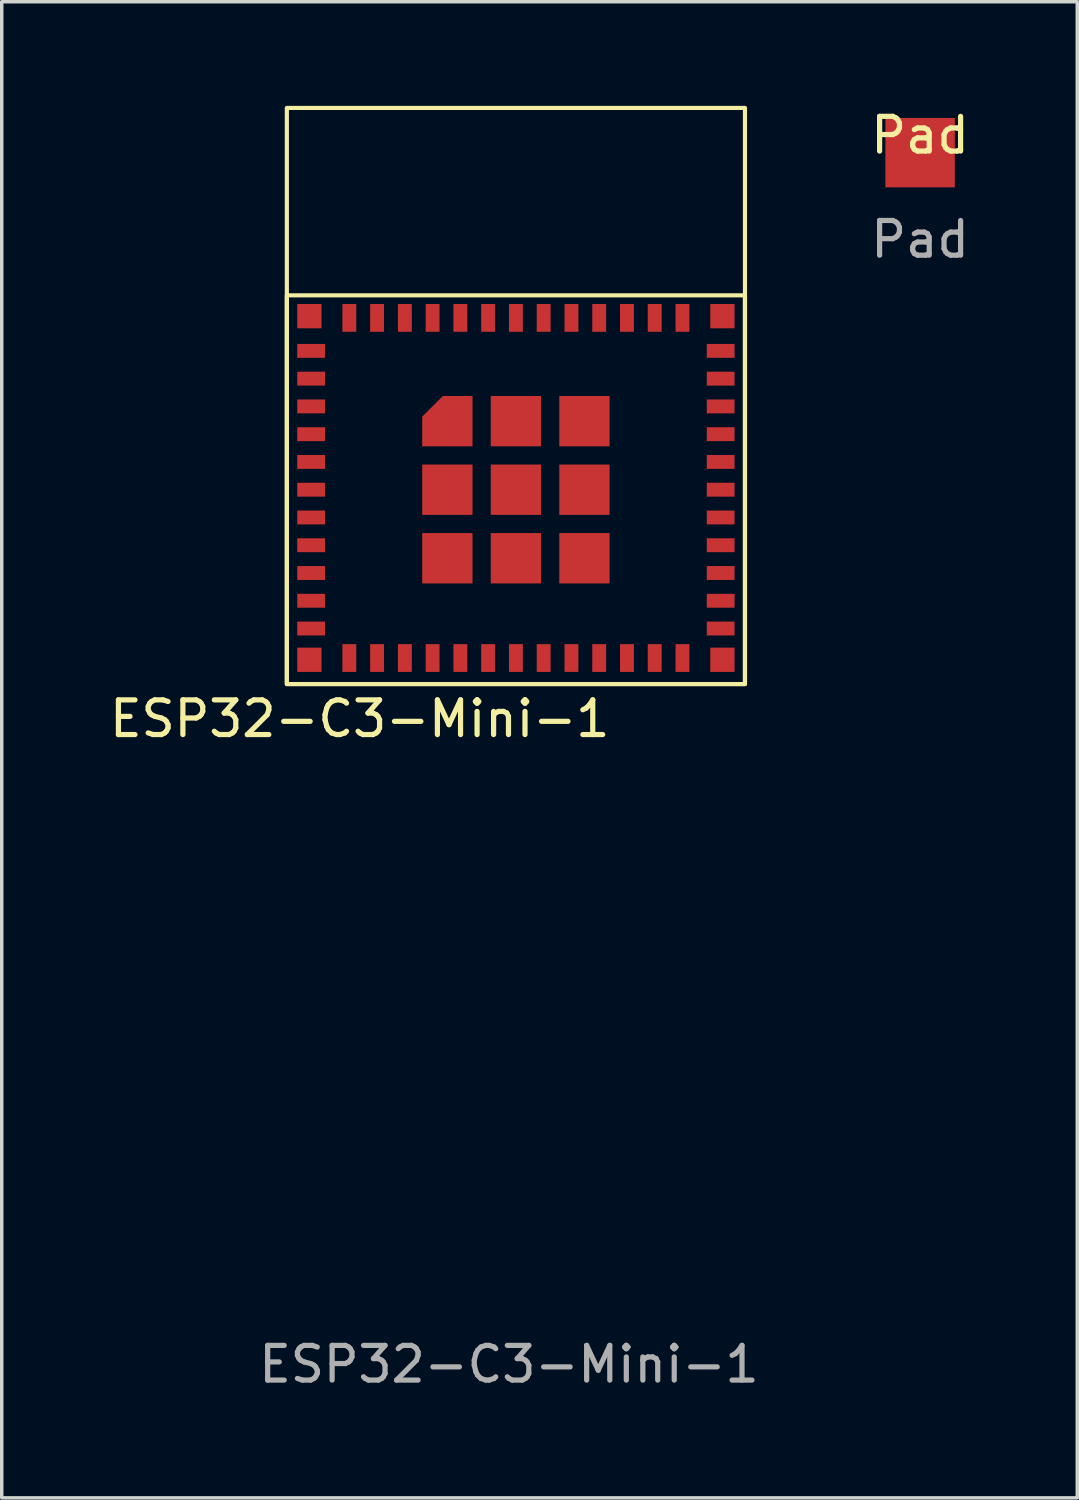
<source format=kicad_pcb>
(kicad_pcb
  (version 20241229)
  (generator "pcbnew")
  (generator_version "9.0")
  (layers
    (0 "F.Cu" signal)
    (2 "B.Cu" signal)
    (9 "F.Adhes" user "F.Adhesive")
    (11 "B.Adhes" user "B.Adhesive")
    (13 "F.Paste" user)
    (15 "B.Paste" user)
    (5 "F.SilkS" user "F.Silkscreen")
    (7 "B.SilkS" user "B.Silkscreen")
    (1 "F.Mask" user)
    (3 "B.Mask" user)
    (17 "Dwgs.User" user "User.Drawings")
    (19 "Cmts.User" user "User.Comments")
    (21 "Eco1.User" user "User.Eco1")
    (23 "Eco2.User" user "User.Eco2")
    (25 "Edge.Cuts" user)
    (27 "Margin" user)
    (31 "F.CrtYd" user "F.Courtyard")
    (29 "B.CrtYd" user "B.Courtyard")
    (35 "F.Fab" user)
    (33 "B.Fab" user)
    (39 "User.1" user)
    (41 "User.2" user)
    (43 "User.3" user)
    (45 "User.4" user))
  (footprint "Pad"
    (layer "F.Cu")
    (at 23.461 1.348)
    (property "Reference" "Pad" (at 0 -0.5 0) (unlocked yes) (layer "F.SilkS") (effects (font (size 1 1) (thickness 0.15))))
    (fp_text user "${REFERENCE}" (at 0 2.5 0) (unlocked yes) (layer "F.Fab") (effects (font (size 1 1) (thickness 0.15))))
    (pad "1" smd rect (at 0 0) (size 2 2) (layers "F.Cu" "F.Mask" "F.Paste")))
  (footprint "ESP32-C3-Mini-1"
    (layer "F.Cu")
    (at 11.815 11.06)
    (property "Reference" "ESP32-C3-Mini-1" (at -4.5 6.6 0) (unlocked yes) (layer "F.SilkS") (effects (font (size 1 1) (thickness 0.15))))
    (fp_rect (start 6.6 5.6) (end -6.6 -11) (stroke (width 0.12) (type solid)) (fill no) (layer "F.SilkS"))
    (fp_rect (start 6.6 5.6) (end -6.6 -5.6) (stroke (width 0.12) (type solid)) (fill no) (layer "F.SilkS"))
    (fp_text user "${REFERENCE}" (at -0.2 25.2 0) (unlocked yes) (layer "F.Fab") (effects (font (size 1 1) (thickness 0.15))))
    (pad "1" smd rect (at -5.9 -4) (size 0.8 0.4) (layers "F.Cu" "F.Mask" "F.Paste"))
    (pad "2" smd rect (at -5.9 -3.2) (size 0.8 0.4) (layers "F.Cu" "F.Mask" "F.Paste"))
    (pad "3" smd rect (at -5.9 -2.4) (size 0.8 0.4) (layers "F.Cu" "F.Mask" "F.Paste"))
    (pad "4" smd rect (at -5.9 -1.6) (size 0.8 0.4) (layers "F.Cu" "F.Mask" "F.Paste"))
    (pad "5" smd rect (at -5.9 -0.8) (size 0.8 0.4) (layers "F.Cu" "F.Mask" "F.Paste"))
    (pad "6" smd rect (at -5.9 0) (size 0.8 0.4) (layers "F.Cu" "F.Mask" "F.Paste"))
    (pad "7" smd rect (at -5.9 0.8) (size 0.8 0.4) (layers "F.Cu" "F.Mask" "F.Paste"))
    (pad "8" smd rect (at -5.9 1.6) (size 0.8 0.4) (layers "F.Cu" "F.Mask" "F.Paste"))
    (pad "9" smd rect (at -5.9 2.4) (size 0.8 0.4) (layers "F.Cu" "F.Mask" "F.Paste"))
    (pad "10" smd rect (at -5.9 3.2) (size 0.8 0.4) (layers "F.Cu" "F.Mask" "F.Paste"))
    (pad "11" smd rect (at -5.9 4) (size 0.8 0.4) (layers "F.Cu" "F.Mask" "F.Paste"))
    (pad "12" smd rect (at -4.8 4.85) (size 0.4 0.8) (layers "F.Cu" "F.Mask" "F.Paste"))
    (pad "13" smd rect (at -4 4.85) (size 0.4 0.8) (layers "F.Cu" "F.Mask" "F.Paste"))
    (pad "14" smd rect (at -3.2 4.85) (size 0.4 0.8) (layers "F.Cu" "F.Mask" "F.Paste"))
    (pad "15" smd rect (at -2.4 4.85) (size 0.4 0.8) (layers "F.Cu" "F.Mask" "F.Paste"))
    (pad "16" smd rect (at -1.6 4.85) (size 0.4 0.8) (layers "F.Cu" "F.Mask" "F.Paste"))
    (pad "17" smd rect (at -0.8 4.85) (size 0.4 0.8) (layers "F.Cu" "F.Mask" "F.Paste"))
    (pad "18" smd rect (at 0 4.85) (size 0.4 0.8) (layers "F.Cu" "F.Mask" "F.Paste"))
    (pad "19" smd rect (at 0.8 4.85) (size 0.4 0.8) (layers "F.Cu" "F.Mask" "F.Paste"))
    (pad "20" smd rect (at 1.6 4.85) (size 0.4 0.8) (layers "F.Cu" "F.Mask" "F.Paste"))
    (pad "21" smd rect (at 2.4 4.85) (size 0.4 0.8) (layers "F.Cu" "F.Mask" "F.Paste"))
    (pad "22" smd rect (at 3.2 4.85) (size 0.4 0.8) (layers "F.Cu" "F.Mask" "F.Paste"))
    (pad "23" smd rect (at 4 4.85) (size 0.4 0.8) (layers "F.Cu" "F.Mask" "F.Paste"))
    (pad "24" smd rect (at 4.8 4.85) (size 0.4 0.8) (layers "F.Cu" "F.Mask" "F.Paste"))
    (pad "25" smd rect (at 5.9 4) (size 0.8 0.4) (layers "F.Cu" "F.Mask" "F.Paste"))
    (pad "26" smd rect (at 5.9 3.2) (size 0.8 0.4) (layers "F.Cu" "F.Mask" "F.Paste"))
    (pad "27" smd rect (at 5.9 2.4) (size 0.8 0.4) (layers "F.Cu" "F.Mask" "F.Paste"))
    (pad "28" smd rect (at 5.9 1.6) (size 0.8 0.4) (layers "F.Cu" "F.Mask" "F.Paste"))
    (pad "29" smd rect (at 5.9 0.8) (size 0.8 0.4) (layers "F.Cu" "F.Mask" "F.Paste"))
    (pad "30" smd rect (at 5.9 0) (size 0.8 0.4) (layers "F.Cu" "F.Mask" "F.Paste"))
    (pad "31" smd rect (at 5.9 -0.8) (size 0.8 0.4) (layers "F.Cu" "F.Mask" "F.Paste"))
    (pad "32" smd rect (at 5.9 -1.6) (size 0.8 0.4) (layers "F.Cu" "F.Mask" "F.Paste"))
    (pad "33" smd rect (at 5.9 -2.4) (size 0.8 0.4) (layers "F.Cu" "F.Mask" "F.Paste"))
    (pad "34" smd rect (at 5.9 -3.2) (size 0.8 0.4) (layers "F.Cu" "F.Mask" "F.Paste"))
    (pad "35" smd rect (at 5.9 -4) (size 0.8 0.4) (layers "F.Cu" "F.Mask" "F.Paste"))
    (pad "36" smd rect (at 4.8 -4.95) (size 0.4 0.8) (layers "F.Cu" "F.Mask" "F.Paste"))
    (pad "37" smd rect (at 4 -4.95) (size 0.4 0.8) (layers "F.Cu" "F.Mask" "F.Paste"))
    (pad "38" smd rect (at 3.2 -4.95) (size 0.4 0.8) (layers "F.Cu" "F.Mask" "F.Paste"))
    (pad "39" smd rect (at 2.4 -4.95) (size 0.4 0.8) (layers "F.Cu" "F.Mask" "F.Paste"))
    (pad "40" smd rect (at 1.6 -4.95) (size 0.4 0.8) (layers "F.Cu" "F.Mask" "F.Paste"))
    (pad "41" smd rect (at 0.8 -4.95) (size 0.4 0.8) (layers "F.Cu" "F.Mask" "F.Paste"))
    (pad "42" smd rect (at 0 -4.95) (size 0.4 0.8) (layers "F.Cu" "F.Mask" "F.Paste"))
    (pad "43" smd rect (at -0.8 -4.95) (size 0.4 0.8) (layers "F.Cu" "F.Mask" "F.Paste"))
    (pad "44" smd rect (at -1.6 -4.95) (size 0.4 0.8) (layers "F.Cu" "F.Mask" "F.Paste"))
    (pad "45" smd rect (at -2.4 -4.95) (size 0.4 0.8) (layers "F.Cu" "F.Mask" "F.Paste"))
    (pad "46" smd rect (at -3.2 -4.95) (size 0.4 0.8) (layers "F.Cu" "F.Mask" "F.Paste"))
    (pad "47" smd rect (at -4 -4.95) (size 0.4 0.8) (layers "F.Cu" "F.Mask" "F.Paste"))
    (pad "48" smd rect (at -4.8 -4.95) (size 0.4 0.8) (layers "F.Cu" "F.Mask" "F.Paste"))
    (pad "49" smd roundrect (at -1.975 -1.975) (size 1.45 1.45) (layers "F.Cu" "F.Mask" "F.Paste") (roundrect_rratio 0) (chamfer_ratio 0.41) (chamfer top_left))
    (pad "49" smd rect (at -1.975 0) (size 1.45 1.45) (layers "F.Cu" "F.Mask" "F.Paste"))
    (pad "49" smd rect (at -1.975 1.975) (size 1.45 1.45) (layers "F.Cu" "F.Mask" "F.Paste"))
    (pad "49" smd rect (at 0 -1.975) (size 1.45 1.45) (layers "F.Cu" "F.Mask" "F.Paste"))
    (pad "49" smd rect (at 0 0) (size 1.45 1.45) (layers "F.Cu" "F.Mask" "F.Paste"))
    (pad "49" smd rect (at 0 1.975) (size 1.45 1.45) (layers "F.Cu" "F.Mask" "F.Paste"))
    (pad "49" smd rect (at 1.975 -1.975) (size 1.45 1.45) (layers "F.Cu" "F.Mask" "F.Paste"))
    (pad "49" smd rect (at 1.975 0) (size 1.45 1.45) (layers "F.Cu" "F.Mask" "F.Paste"))
    (pad "49" smd rect (at 1.975 1.975) (size 1.45 1.45) (layers "F.Cu" "F.Mask" "F.Paste"))
    (pad "50" smd rect (at 5.95 -5) (size 0.7 0.7) (layers "F.Cu" "F.Mask" "F.Paste"))
    (pad "51" smd rect (at 5.95 4.9) (size 0.7 0.7) (layers "F.Cu" "F.Mask" "F.Paste"))
    (pad "52" smd rect (at -5.95 4.9) (size 0.7 0.7) (layers "F.Cu" "F.Mask" "F.Paste"))
    (pad "53" smd rect (at -5.95 -5) (size 0.7 0.7) (layers "F.Cu" "F.Mask" "F.Paste")))
  (gr_rect
    (start -3 -3)
    (end 27.99 40.108)
    (stroke (width 0.1) (type default))
    (fill no)
    (layer "Edge.Cuts")))
</source>
